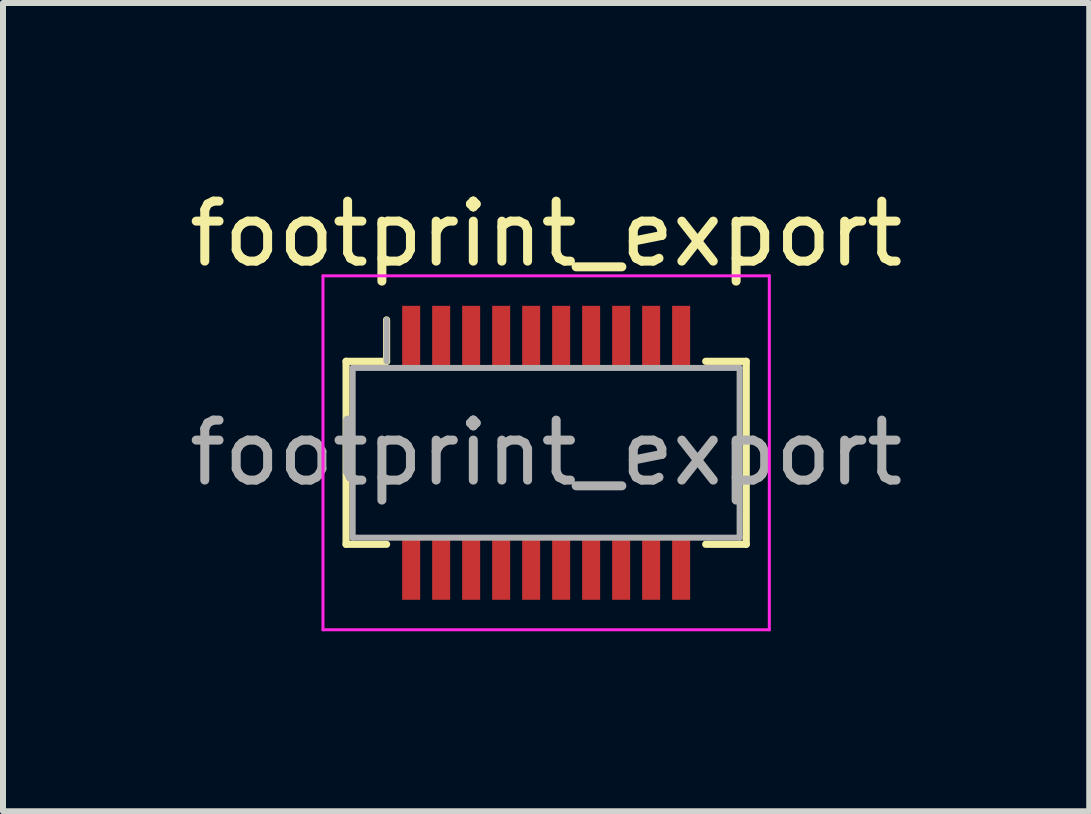
<source format=kicad_pcb>
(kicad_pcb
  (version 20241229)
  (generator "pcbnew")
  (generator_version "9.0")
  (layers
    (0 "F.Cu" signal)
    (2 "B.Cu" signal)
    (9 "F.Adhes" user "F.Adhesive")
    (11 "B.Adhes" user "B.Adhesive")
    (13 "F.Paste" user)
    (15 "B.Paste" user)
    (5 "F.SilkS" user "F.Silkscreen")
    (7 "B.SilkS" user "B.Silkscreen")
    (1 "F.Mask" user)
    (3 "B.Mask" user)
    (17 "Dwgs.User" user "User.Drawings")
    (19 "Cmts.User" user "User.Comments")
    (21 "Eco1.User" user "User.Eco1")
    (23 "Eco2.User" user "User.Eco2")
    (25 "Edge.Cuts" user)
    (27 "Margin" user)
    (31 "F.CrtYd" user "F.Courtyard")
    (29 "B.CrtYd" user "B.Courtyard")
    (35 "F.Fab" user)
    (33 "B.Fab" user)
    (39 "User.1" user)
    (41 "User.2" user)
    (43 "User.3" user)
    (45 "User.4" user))
  (footprint "footprint_export"
    (layer "F.Cu")
    (at 6.054 4.498)
    (property "Reference" "footprint_export" (at 0 -3.65 0) (layer "F.SilkS") (effects (font (size 1 1) (thickness 0.15))))
    (attr smd)
    (fp_line (start -3.335 -1.525) (end -2.66 -1.525) (stroke (width 0.12) (type solid)) (layer "F.SilkS"))
    (fp_line (start -3.335 1.525) (end -3.335 -1.525) (stroke (width 0.12) (type solid)) (layer "F.SilkS"))
    (fp_line (start -2.66 -1.525) (end -2.66 -2.215) (stroke (width 0.12) (type solid)) (layer "F.SilkS"))
    (fp_line (start -2.66 1.525) (end -3.335 1.525) (stroke (width 0.12) (type solid)) (layer "F.SilkS"))
    (fp_line (start 2.66 1.525) (end 3.335 1.525) (stroke (width 0.12) (type solid)) (layer "F.SilkS"))
    (fp_line (start 3.335 -1.525) (end 2.66 -1.525) (stroke (width 0.12) (type solid)) (layer "F.SilkS"))
    (fp_line (start 3.335 1.525) (end 3.335 -1.525) (stroke (width 0.12) (type solid)) (layer "F.SilkS"))
    (fp_line (start -3.72 -2.95) (end -3.72 2.95) (stroke (width 0.05) (type solid)) (layer "F.CrtYd"))
    (fp_line (start -3.72 2.95) (end 3.72 2.95) (stroke (width 0.05) (type solid)) (layer "F.CrtYd"))
    (fp_line (start 3.72 -2.95) (end -3.72 -2.95) (stroke (width 0.05) (type solid)) (layer "F.CrtYd"))
    (fp_line (start 3.72 2.95) (end 3.72 -2.95) (stroke (width 0.05) (type solid)) (layer "F.CrtYd"))
    (fp_line (start -3.225 -1.415) (end -3.225 1.415) (stroke (width 0.1) (type solid)) (layer "F.Fab"))
    (fp_line (start -3.225 1.415) (end 3.225 1.415) (stroke (width 0.1) (type solid)) (layer "F.Fab"))
    (fp_line (start -2.66 -1.525) (end -2.66 -2.215) (stroke (width 0.1) (type solid)) (layer "F.Fab"))
    (fp_line (start 3.225 -1.415) (end -3.225 -1.415) (stroke (width 0.1) (type solid)) (layer "F.Fab"))
    (fp_line (start 3.225 1.415) (end 3.225 -1.415) (stroke (width 0.1) (type solid)) (layer "F.Fab"))
    (fp_text user "${REFERENCE}" (at 0 0 0) (layer "F.Fab") (effects (font (size 1 1) (thickness 0.15))))
    (pad "1" smd rect (at -2.25 -1.95) (size 0.3 1) (layers "F.Cu" "F.Mask" "F.Paste"))
    (pad "2" smd rect (at -2.25 1.95) (size 0.3 1) (layers "F.Cu" "F.Mask" "F.Paste"))
    (pad "3" smd rect (at -1.75 -1.95) (size 0.3 1) (layers "F.Cu" "F.Mask" "F.Paste"))
    (pad "4" smd rect (at -1.75 1.95) (size 0.3 1) (layers "F.Cu" "F.Mask" "F.Paste"))
    (pad "5" smd rect (at -1.25 -1.95) (size 0.3 1) (layers "F.Cu" "F.Mask" "F.Paste"))
    (pad "6" smd rect (at -1.25 1.95) (size 0.3 1) (layers "F.Cu" "F.Mask" "F.Paste"))
    (pad "7" smd rect (at -0.75 -1.95) (size 0.3 1) (layers "F.Cu" "F.Mask" "F.Paste"))
    (pad "8" smd rect (at -0.75 1.95) (size 0.3 1) (layers "F.Cu" "F.Mask" "F.Paste"))
    (pad "9" smd rect (at -0.25 -1.95) (size 0.3 1) (layers "F.Cu" "F.Mask" "F.Paste"))
    (pad "10" smd rect (at -0.25 1.95) (size 0.3 1) (layers "F.Cu" "F.Mask" "F.Paste"))
    (pad "11" smd rect (at 0.25 -1.95) (size 0.3 1) (layers "F.Cu" "F.Mask" "F.Paste"))
    (pad "12" smd rect (at 0.25 1.95) (size 0.3 1) (layers "F.Cu" "F.Mask" "F.Paste"))
    (pad "13" smd rect (at 0.75 -1.95) (size 0.3 1) (layers "F.Cu" "F.Mask" "F.Paste"))
    (pad "14" smd rect (at 0.75 1.95) (size 0.3 1) (layers "F.Cu" "F.Mask" "F.Paste"))
    (pad "15" smd rect (at 1.25 -1.95) (size 0.3 1) (layers "F.Cu" "F.Mask" "F.Paste"))
    (pad "16" smd rect (at 1.25 1.95) (size 0.3 1) (layers "F.Cu" "F.Mask" "F.Paste"))
    (pad "17" smd rect (at 1.75 -1.95) (size 0.3 1) (layers "F.Cu" "F.Mask" "F.Paste"))
    (pad "18" smd rect (at 1.75 1.95) (size 0.3 1) (layers "F.Cu" "F.Mask" "F.Paste"))
    (pad "19" smd rect (at 2.25 -1.95) (size 0.3 1) (layers "F.Cu" "F.Mask" "F.Paste"))
    (pad "20" smd rect (at 2.25 1.95) (size 0.3 1) (layers "F.Cu" "F.Mask" "F.Paste")))
  (gr_rect
    (start -3 -3)
    (end 15.107 10.473)
    (stroke (width 0.1) (type default))
    (fill no)
    (layer "Edge.Cuts")))
</source>
